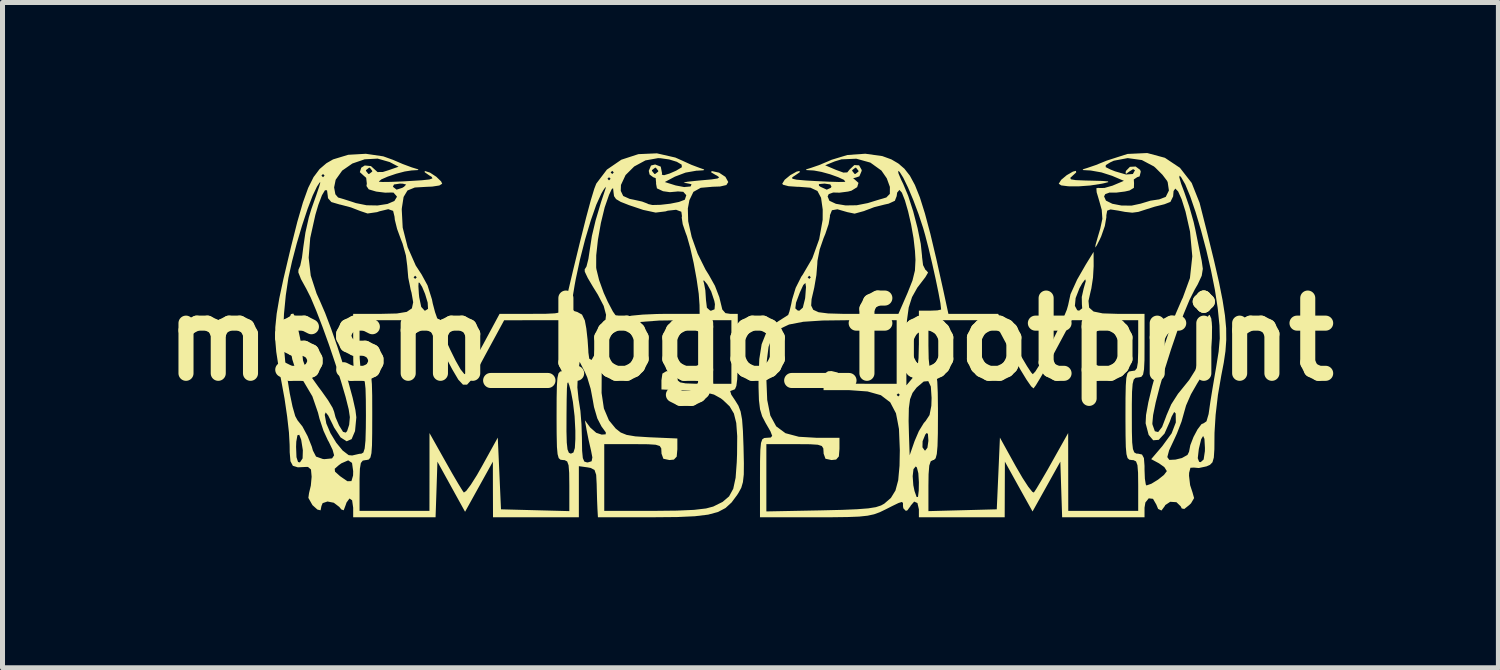
<source format=kicad_pcb>
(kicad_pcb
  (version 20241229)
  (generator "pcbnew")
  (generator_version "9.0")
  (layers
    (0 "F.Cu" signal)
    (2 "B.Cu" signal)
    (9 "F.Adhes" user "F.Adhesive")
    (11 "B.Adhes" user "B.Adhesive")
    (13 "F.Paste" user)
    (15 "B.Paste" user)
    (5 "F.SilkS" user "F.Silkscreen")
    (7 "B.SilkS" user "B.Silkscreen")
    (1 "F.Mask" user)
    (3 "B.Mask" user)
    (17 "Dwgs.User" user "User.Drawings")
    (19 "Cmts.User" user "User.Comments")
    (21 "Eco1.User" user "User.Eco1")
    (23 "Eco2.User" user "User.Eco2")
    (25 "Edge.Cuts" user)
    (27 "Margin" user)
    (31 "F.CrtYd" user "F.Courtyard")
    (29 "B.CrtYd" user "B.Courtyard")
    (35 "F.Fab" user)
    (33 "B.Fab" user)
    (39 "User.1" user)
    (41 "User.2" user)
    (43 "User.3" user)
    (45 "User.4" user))
  (footprint "mssm_logo_footprint"
    (layer "F.Cu")
    (at 11.907 3.712)
    (property "Reference" "mssm_logo_footprint" (at 0 0 0) (layer "F.SilkS") (effects (font (size 1.5 1.5) (thickness 0.3))))
    (attr board_only exclude_from_pos_files exclude_from_bom)
    (fp_poly (pts (xy 6.492 -3.326) (xy 6.425 -3.264) (xy 6.374 -3.217) (xy 6.387 -3.188) (xy 6.483 -3.172) (xy 6.68 -3.164) (xy 6.778 -3.162) (xy 7.008 -3.156) (xy 7.123 -3.147) (xy 7.134 -3.133) (xy 7.05 -3.111) (xy 6.999 -3.1) (xy 6.772 -3.065) (xy 6.54 -3.048) (xy 6.336 -3.049) (xy 6.193 -3.067) (xy 6.144 -3.1) (xy 6.193 -3.178) (xy 6.304 -3.271) (xy 6.427 -3.342) (xy 6.487 -3.357)) (stroke (width 0) (type solid)) (fill yes) (layer "F.SilkS"))
    (fp_poly (pts (xy 8.26 -3.617) (xy 8.56 -3.417) (xy 8.794 -3.116) (xy 8.951 -2.721) (xy 8.953 -2.714) (xy 9.112 -2.087) (xy 9.24 -1.566) (xy 9.339 -1.134) (xy 9.41 -0.777) (xy 9.457 -0.477) (xy 9.481 -0.219) (xy 9.483 0.014) (xy 9.467 0.237) (xy 9.433 0.468) (xy 9.384 0.721) (xy 9.381 0.738) (xy 9.317 1.11) (xy 9.271 1.506) (xy 9.249 1.861) (xy 9.248 1.928) (xy 9.246 2.192) (xy 9.235 2.358) (xy 9.208 2.452) (xy 9.158 2.503) (xy 9.09 2.533) (xy 8.936 2.566) (xy 8.837 2.557) (xy 8.769 2.561) (xy 8.743 2.661) (xy 8.741 2.721) (xy 8.763 2.908) (xy 8.81 3.051) (xy 8.842 3.165) (xy 8.781 3.269) (xy 8.746 3.303) (xy 8.647 3.382) (xy 8.596 3.372) (xy 8.575 3.329) (xy 8.49 3.247) (xy 8.366 3.239) (xy 8.268 3.304) (xy 8.257 3.325) (xy 8.192 3.413) (xy 8.125 3.381) (xy 8.089 3.294) (xy 8.023 3.18) (xy 7.938 3.17) (xy 7.871 3.253) (xy 7.854 3.357) (xy 7.854 3.547) (xy 7.033 3.547) (xy 6.212 3.547) (xy 6.194 2.993) (xy 6.176 2.439) (xy 5.899 2.936) (xy 5.622 3.432) (xy 5.346 2.936) (xy 5.071 2.439) (xy 5.069 2.993) (xy 5.067 3.547) (xy 4.212 3.547) (xy 3.357 3.547) (xy 3.357 3.389) (xy 3.328 3.264) (xy 3.263 3.235) (xy 3.194 3.315) (xy 3.19 3.325) (xy 3.128 3.409) (xy 3.097 3.42) (xy 3.047 3.369) (xy 3.04 3.325) (xy 3.04 3.265) (xy 3.02 3.242) (xy 2.953 3.262) (xy 2.815 3.329) (xy 2.697 3.389) (xy 2.577 3.447) (xy 2.464 3.488) (xy 2.335 3.516) (xy 2.166 3.534) (xy 1.935 3.543) (xy 1.619 3.547) (xy 1.288 3.547) (xy 0.19 3.547) (xy 0.19 2.755) (xy 0.191 2.427) (xy 0.197 2.204) (xy 0.21 2.067) (xy 0.235 1.995) (xy 0.274 1.968) (xy 0.317 1.964) (xy 0.405 1.958) (xy 0.433 1.925) (xy 0.399 1.836) (xy 0.301 1.666) (xy 0.233 1.535) (xy 0.191 1.395) (xy 0.169 1.213) (xy 0.161 0.956) (xy 0.161 0.792) (xy 0.317 0.792) (xy 0.334 1.21) (xy 0.396 1.52) (xy 0.513 1.735) (xy 0.698 1.872) (xy 0.965 1.943) (xy 1.325 1.964) (xy 1.327 1.964) (xy 1.774 1.964) (xy 1.774 2.185) (xy 1.762 2.335) (xy 1.708 2.397) (xy 1.615 2.407) (xy 1.495 2.381) (xy 1.458 2.278) (xy 1.457 2.249) (xy 1.452 2.174) (xy 1.422 2.127) (xy 1.343 2.102) (xy 1.189 2.092) (xy 0.937 2.09) (xy 0.887 2.09) (xy 0.317 2.09) (xy 0.317 2.761) (xy 0.317 3.431) (xy 1.409 3.41) (xy 1.822 3.4) (xy 2.128 3.387) (xy 2.347 3.37) (xy 2.499 3.346) (xy 2.603 3.312) (xy 2.666 3.277) (xy 2.799 3.162) (xy 2.89 3.014) (xy 2.945 2.809) (xy 2.952 2.728) (xy 3.233 2.728) (xy 3.246 2.91) (xy 3.27 3.025) (xy 3.312 3.144) (xy 3.339 3.142) (xy 3.354 3.016) (xy 3.357 2.85) (xy 3.346 2.67) (xy 3.317 2.555) (xy 3.294 2.534) (xy 3.249 2.589) (xy 3.233 2.728) (xy 2.952 2.728) (xy 2.971 2.521) (xy 2.977 2.211) (xy 2.96 1.789) (xy 2.93 1.628) (xy 3.152 1.628) (xy 3.159 1.9) (xy 3.173 2.312) (xy 3.228 2.153) (xy 3.428 2.153) (xy 3.473 2.216) (xy 3.484 2.217) (xy 3.527 2.162) (xy 3.546 2.027) (xy 3.546 2.011) (xy 3.537 1.883) (xy 3.508 1.87) (xy 3.484 1.9) (xy 3.431 2.031) (xy 3.428 2.153) (xy 3.228 2.153) (xy 3.272 2.027) (xy 3.357 1.829) (xy 3.455 1.669) (xy 3.491 1.629) (xy 3.569 1.51) (xy 3.605 1.327) (xy 3.61 1.169) (xy 3.595 0.942) (xy 3.544 0.834) (xy 3.453 0.842) (xy 3.314 0.96) (xy 3.307 0.968) (xy 3.23 1.069) (xy 3.181 1.195) (xy 3.157 1.373) (xy 3.152 1.628) (xy 2.93 1.628) (xy 2.9 1.475) (xy 2.785 1.256) (xy 2.6 1.115) (xy 2.576 1.108) (xy 2.914 1.108) (xy 2.945 1.14) (xy 2.977 1.108) (xy 2.945 1.077) (xy 2.914 1.108) (xy 2.576 1.108) (xy 2.334 1.04) (xy 1.972 1.014) (xy 1.902 1.013) (xy 1.457 1.013) (xy 1.457 0.823) (xy 1.474 0.688) (xy 1.546 0.638) (xy 1.615 0.633) (xy 1.739 0.663) (xy 1.774 0.76) (xy 1.783 0.82) (xy 1.828 0.858) (xy 1.932 0.878) (xy 2.119 0.886) (xy 2.344 0.887) (xy 2.914 0.887) (xy 2.914 0.253) (xy 2.914 -0.38) (xy 1.93 -0.38) (xy 1.436 -0.374) (xy 1.053 -0.349) (xy 0.769 -0.294) (xy 0.568 -0.2) (xy 0.437 -0.055) (xy 0.361 0.15) (xy 0.326 0.426) (xy 0.317 0.783) (xy 0.317 0.792) (xy 0.161 0.792) (xy 0.176 0.395) (xy 0.223 0.099) (xy 0.309 -0.117) (xy 0.442 -0.277) (xy 0.556 -0.36) (xy 0.682 -0.44) (xy 0.751 -0.484) (xy 0.752 -0.485) (xy 0.776 -0.551) (xy 0.792 -0.616) (xy 0.894 -0.616) (xy 0.942 -0.573) (xy 0.975 -0.57) (xy 1.044 -0.631) (xy 1.054 -0.672) (xy 1.21 -0.672) (xy 1.251 -0.588) (xy 1.358 -0.539) (xy 1.548 -0.515) (xy 1.836 -0.507) (xy 2.106 -0.507) (xy 2.949 -0.507) (xy 3.13 -0.922) (xy 3.229 -1.171) (xy 3.278 -1.37) (xy 3.289 -1.582) (xy 3.279 -1.761) (xy 3.25 -2.016) (xy 3.202 -2.288) (xy 3.142 -2.549) (xy 3.078 -2.77) (xy 3.018 -2.922) (xy 2.969 -2.977) (xy 2.924 -2.924) (xy 2.914 -2.853) (xy 2.878 -2.76) (xy 2.754 -2.703) (xy 2.676 -2.686) (xy 2.466 -2.633) (xy 2.278 -2.562) (xy 2.268 -2.557) (xy 2.076 -2.504) (xy 1.931 -2.534) (xy 1.734 -2.591) (xy 1.624 -2.572) (xy 1.584 -2.472) (xy 1.584 -2.446) (xy 1.558 -2.296) (xy 1.492 -2.099) (xy 1.458 -2.018) (xy 1.38 -1.792) (xy 1.335 -1.563) (xy 1.332 -1.501) (xy 1.314 -1.279) (xy 1.272 -1.033) (xy 1.26 -0.979) (xy 1.218 -0.799) (xy 1.21 -0.672) (xy 1.054 -0.672) (xy 1.088 -0.808) (xy 1.092 -0.839) (xy 1.107 -1.042) (xy 1.095 -1.122) (xy 1.053 -1.082) (xy 0.983 -0.93) (xy 0.908 -0.729) (xy 0.894 -0.616) (xy 0.792 -0.616) (xy 0.812 -0.7) (xy 0.83 -0.791) (xy 0.901 -1.024) (xy 1.007 -1.235) (xy 1.14 -1.235) (xy 1.172 -1.203) (xy 1.203 -1.235) (xy 1.172 -1.267) (xy 1.14 -1.235) (xy 1.007 -1.235) (xy 1.011 -1.244) (xy 1.044 -1.291) (xy 1.233 -1.614) (xy 1.37 -1.995) (xy 1.439 -2.38) (xy 1.44 -2.587) (xy 1.407 -2.82) (xy 1.335 -2.956) (xy 1.196 -3.021) (xy 0.963 -3.039) (xy 0.934 -3.039) (xy 0.759 -3.051) (xy 0.65 -3.08) (xy 0.639 -3.093) (xy 1.364 -3.093) (xy 1.365 -3.061) (xy 1.394 -3.04) (xy 1.521 -2.982) (xy 1.6 -3.018) (xy 1.615 -3.04) (xy 1.592 -3.086) (xy 1.476 -3.103) (xy 1.364 -3.093) (xy 0.639 -3.093) (xy 0.633 -3.1) (xy 0.682 -3.179) (xy 0.795 -3.272) (xy 0.919 -3.341) (xy 0.98 -3.355) (xy 0.981 -3.328) (xy 0.893 -3.268) (xy 0.832 -3.228) (xy 0.835 -3.2) (xy 0.918 -3.181) (xy 1.099 -3.165) (xy 1.305 -3.153) (xy 1.557 -3.141) (xy 1.757 -3.135) (xy 1.874 -3.137) (xy 1.891 -3.14) (xy 1.864 -3.177) (xy 1.75 -3.23) (xy 1.589 -3.288) (xy 1.415 -3.336) (xy 1.268 -3.363) (xy 1.243 -3.365) (xy 1.116 -3.372) (xy 1.108 -3.386) (xy 1.203 -3.415) (xy 1.357 -3.468) (xy 1.489 -3.468) (xy 1.705 -3.376) (xy 1.853 -3.322) (xy 1.93 -3.326) (xy 1.955 -3.357) (xy 2.027 -3.357) (xy 2.075 -3.296) (xy 2.09 -3.294) (xy 2.152 -3.342) (xy 2.154 -3.357) (xy 2.105 -3.419) (xy 2.09 -3.42) (xy 2.029 -3.372) (xy 2.027 -3.357) (xy 1.955 -3.357) (xy 1.977 -3.384) (xy 2.07 -3.472) (xy 2.165 -3.467) (xy 2.216 -3.376) (xy 2.217 -3.357) (xy 2.171 -3.248) (xy 2.106 -3.225) (xy 2.046 -3.209) (xy 2.074 -3.188) (xy 2.153 -3.117) (xy 2.127 -3.032) (xy 2.012 -2.961) (xy 1.945 -2.944) (xy 1.775 -2.922) (xy 1.651 -2.925) (xy 1.648 -2.925) (xy 1.56 -2.893) (xy 1.538 -2.847) (xy 1.573 -2.761) (xy 1.703 -2.7) (xy 1.895 -2.668) (xy 2.117 -2.671) (xy 2.337 -2.714) (xy 2.344 -2.716) (xy 2.531 -2.774) (xy 2.673 -2.816) (xy 2.708 -2.826) (xy 2.778 -2.898) (xy 2.779 -3.037) (xy 2.717 -3.208) (xy 2.614 -3.357) (xy 2.943 -3.357) (xy 2.95 -3.307) (xy 3.003 -3.18) (xy 3.043 -3.099) (xy 3.144 -2.858) (xy 3.244 -2.548) (xy 3.331 -2.214) (xy 3.394 -1.903) (xy 3.42 -1.658) (xy 3.42 -1.642) (xy 3.44 -1.478) (xy 3.488 -1.383) (xy 3.5 -1.376) (xy 3.54 -1.33) (xy 3.484 -1.235) (xy 3.479 -1.229) (xy 3.326 -1.029) (xy 3.22 -0.84) (xy 3.154 -0.633) (xy 3.119 -0.375) (xy 3.106 -0.036) (xy 3.106 0.146) (xy 3.108 0.918) (xy 3.233 0.769) (xy 3.293 0.676) (xy 3.331 0.554) (xy 3.35 0.374) (xy 3.356 0.127) (xy 3.547 0.127) (xy 3.552 0.387) (xy 3.568 0.543) (xy 3.6 0.617) (xy 3.642 0.633) (xy 3.68 0.651) (xy 3.707 0.717) (xy 3.724 0.848) (xy 3.733 1.063) (xy 3.737 1.38) (xy 3.737 1.52) (xy 3.735 1.878) (xy 3.728 2.127) (xy 3.714 2.286) (xy 3.691 2.372) (xy 3.657 2.405) (xy 3.642 2.407) (xy 3.593 2.431) (xy 3.564 2.517) (xy 3.55 2.689) (xy 3.547 2.916) (xy 3.547 3.425) (xy 4.228 3.407) (xy 4.909 3.389) (xy 4.941 2.674) (xy 4.972 1.96) (xy 5.287 2.53) (xy 5.422 2.762) (xy 5.537 2.939) (xy 5.618 3.04) (xy 5.648 3.055) (xy 5.696 2.983) (xy 5.79 2.826) (xy 5.916 2.61) (xy 6.012 2.439) (xy 6.332 1.869) (xy 6.333 2.645) (xy 6.334 3.42) (xy 7.031 3.42) (xy 7.728 3.42) (xy 7.728 2.914) (xy 7.725 2.661) (xy 7.713 2.51) (xy 7.685 2.434) (xy 7.634 2.409) (xy 7.601 2.407) (xy 7.551 2.4) (xy 7.516 2.368) (xy 7.494 2.289) (xy 7.481 2.146) (xy 7.476 1.918) (xy 7.474 1.586) (xy 7.474 1.52) (xy 7.475 1.169) (xy 7.48 0.926) (xy 7.491 0.77) (xy 7.512 0.682) (xy 7.544 0.643) (xy 7.592 0.634) (xy 7.601 0.633) (xy 7.664 0.623) (xy 7.702 0.574) (xy 7.721 0.462) (xy 7.727 0.26) (xy 7.728 0.127) (xy 7.728 -0.38) (xy 7.066 -0.38) (xy 6.404 -0.38) (xy 6.048 0.284) (xy 5.905 0.546) (xy 5.781 0.764) (xy 5.688 0.917) (xy 5.642 0.979) (xy 5.595 0.939) (xy 5.503 0.806) (xy 5.378 0.601) (xy 5.234 0.343) (xy 5.219 0.315) (xy 4.847 -0.38) (xy 4.197 -0.38) (xy 3.547 -0.38) (xy 3.547 0.127) (xy 3.356 0.127) (xy 3.357 0.104) (xy 3.357 0.025) (xy 3.357 -0.57) (xy 3.579 -0.57) (xy 3.725 -0.576) (xy 3.799 -0.592) (xy 3.8 -0.595) (xy 3.786 -0.719) (xy 3.746 -0.935) (xy 3.689 -1.21) (xy 3.621 -1.514) (xy 3.55 -1.814) (xy 3.481 -2.08) (xy 3.442 -2.217) (xy 3.35 -2.496) (xy 3.246 -2.773) (xy 3.141 -3.023) (xy 3.046 -3.219) (xy 2.973 -3.336) (xy 2.943 -3.357) (xy 2.614 -3.357) (xy 2.611 -3.362) (xy 2.39 -3.521) (xy 2.11 -3.599) (xy 1.814 -3.586) (xy 1.679 -3.545) (xy 1.489 -3.468) (xy 1.357 -3.468) (xy 1.363 -3.47) (xy 1.562 -3.553) (xy 1.615 -3.577) (xy 1.933 -3.673) (xy 2.289 -3.698) (xy 2.628 -3.651) (xy 2.809 -3.585) (xy 2.947 -3.504) (xy 3.068 -3.4) (xy 3.177 -3.261) (xy 3.278 -3.074) (xy 3.377 -2.827) (xy 3.477 -2.508) (xy 3.585 -2.104) (xy 3.704 -1.603) (xy 3.84 -0.992) (xy 3.873 -0.839) (xy 3.945 -0.507) (xy 4.44 -0.507) (xy 4.936 -0.507) (xy 5.261 0.095) (xy 5.396 0.34) (xy 5.512 0.536) (xy 5.595 0.662) (xy 5.627 0.696) (xy 5.678 0.642) (xy 5.767 0.5) (xy 5.881 0.296) (xy 6.005 0.059) (xy 6.127 -0.186) (xy 6.231 -0.41) (xy 6.305 -0.588) (xy 6.327 -0.665) (xy 6.466 -0.665) (xy 6.513 -0.579) (xy 6.55 -0.57) (xy 6.612 -0.617) (xy 6.606 -0.695) (xy 6.603 -0.843) (xy 6.641 -1.012) (xy 6.683 -1.159) (xy 6.672 -1.195) (xy 6.613 -1.117) (xy 6.557 -1.017) (xy 6.481 -0.821) (xy 6.466 -0.665) (xy 6.327 -0.665) (xy 6.334 -0.691) (xy 6.334 -0.693) (xy 6.379 -0.899) (xy 6.511 -1.19) (xy 6.683 -1.489) (xy 6.839 -1.742) (xy 6.84 -1.456) (xy 6.827 -1.227) (xy 6.794 -1.012) (xy 6.783 -0.968) (xy 6.737 -0.765) (xy 6.75 -0.631) (xy 6.839 -0.553) (xy 7.021 -0.516) (xy 7.311 -0.507) (xy 7.323 -0.507) (xy 7.854 -0.507) (xy 7.854 0.127) (xy 7.853 0.415) (xy 7.844 0.6) (xy 7.825 0.703) (xy 7.79 0.749) (xy 7.734 0.76) (xy 7.728 0.76) (xy 7.674 0.768) (xy 7.638 0.804) (xy 7.617 0.89) (xy 7.605 1.047) (xy 7.601 1.296) (xy 7.601 1.52) (xy 7.602 1.841) (xy 7.608 2.056) (xy 7.623 2.187) (xy 7.649 2.254) (xy 7.69 2.278) (xy 7.728 2.28) (xy 7.804 2.297) (xy 7.842 2.368) (xy 7.854 2.524) (xy 7.854 2.597) (xy 7.861 2.778) (xy 7.879 2.892) (xy 7.892 2.914) (xy 7.991 2.879) (xy 8.123 2.798) (xy 8.241 2.704) (xy 8.297 2.63) (xy 8.298 2.626) (xy 8.248 2.547) (xy 8.142 2.472) (xy 7.987 2.389) (xy 8.208 2.13) (xy 8.394 1.875) (xy 8.478 1.657) (xy 8.475 1.478) (xy 8.445 1.449) (xy 8.393 1.544) (xy 8.358 1.641) (xy 8.252 1.88) (xy 8.137 2.004) (xy 8.027 2.013) (xy 7.936 1.905) (xy 7.877 1.679) (xy 7.876 1.676) (xy 8.01 1.676) (xy 8.012 1.698) (xy 8.06 1.833) (xy 8.126 1.849) (xy 8.204 1.748) (xy 8.285 1.536) (xy 8.29 1.52) (xy 8.386 1.297) (xy 8.522 1.085) (xy 8.543 1.06) (xy 8.744 0.811) (xy 8.865 0.618) (xy 8.922 0.455) (xy 8.931 0.352) (xy 8.945 0.161) (xy 8.982 -0.052) (xy 9.033 -0.254) (xy 9.088 -0.409) (xy 9.138 -0.483) (xy 9.152 -0.485) (xy 9.185 -0.412) (xy 9.2 -0.247) (xy 9.196 -0.021) (xy 9.172 0.231) (xy 9.152 0.361) (xy 9.096 0.527) (xy 8.991 0.738) (xy 8.905 0.878) (xy 8.779 1.097) (xy 8.682 1.319) (xy 8.649 1.435) (xy 8.592 1.639) (xy 8.5 1.878) (xy 8.451 1.985) (xy 8.344 2.213) (xy 8.308 2.348) (xy 8.348 2.404) (xy 8.47 2.398) (xy 8.586 2.37) (xy 8.915 2.37) (xy 8.942 2.442) (xy 8.973 2.449) (xy 9.032 2.396) (xy 9.057 2.23) (xy 9.058 2.164) (xy 9.048 1.984) (xy 9.022 1.927) (xy 8.983 1.992) (xy 8.938 2.178) (xy 8.934 2.204) (xy 8.915 2.37) (xy 8.586 2.37) (xy 8.599 2.367) (xy 8.71 2.305) (xy 8.741 2.242) (xy 8.767 2.109) (xy 8.83 1.947) (xy 8.911 1.795) (xy 8.989 1.692) (xy 9.034 1.673) (xy 9.089 1.635) (xy 9.131 1.491) (xy 9.139 1.436) (xy 9.165 1.254) (xy 9.207 0.993) (xy 9.257 0.697) (xy 9.279 0.571) (xy 9.331 0.246) (xy 9.354 -0.016) (xy 9.348 -0.275) (xy 9.316 -0.59) (xy 9.311 -0.632) (xy 9.256 -0.988) (xy 9.178 -1.378) (xy 9.084 -1.781) (xy 8.979 -2.175) (xy 8.871 -2.538) (xy 8.764 -2.85) (xy 8.665 -3.089) (xy 8.581 -3.234) (xy 8.552 -3.262) (xy 8.548 -3.225) (xy 8.584 -3.099) (xy 8.648 -2.928) (xy 8.745 -2.648) (xy 8.833 -2.337) (xy 8.867 -2.185) (xy 8.918 -1.931) (xy 8.968 -1.685) (xy 8.994 -1.562) (xy 9.016 -1.405) (xy 8.994 -1.266) (xy 8.915 -1.096) (xy 8.855 -0.992) (xy 8.752 -0.788) (xy 8.634 -0.504) (xy 8.508 -0.166) (xy 8.382 0.203) (xy 8.263 0.58) (xy 8.159 0.939) (xy 8.077 1.257) (xy 8.025 1.511) (xy 8.01 1.676) (xy 7.876 1.676) (xy 7.876 1.67) (xy 7.884 1.509) (xy 7.93 1.256) (xy 8.007 0.935) (xy 8.108 0.573) (xy 8.225 0.194) (xy 8.35 -0.175) (xy 8.476 -0.509) (xy 8.595 -0.784) (xy 8.617 -0.829) (xy 8.759 -1.219) (xy 8.806 -1.653) (xy 8.761 -2.146) (xy 8.671 -2.545) (xy 8.594 -2.79) (xy 8.524 -2.946) (xy 8.468 -3.004) (xy 8.433 -2.955) (xy 8.424 -2.848) (xy 8.37 -2.738) (xy 8.25 -2.691) (xy 8.057 -2.643) (xy 7.886 -2.589) (xy 7.731 -2.539) (xy 7.61 -2.523) (xy 7.464 -2.539) (xy 7.332 -2.564) (xy 7.177 -2.588) (xy 7.11 -2.564) (xy 7.093 -2.472) (xy 7.093 -2.43) (xy 7.063 -2.258) (xy 6.991 -2.052) (xy 6.965 -1.995) (xy 6.9 -1.868) (xy 6.871 -1.828) (xy 6.879 -1.885) (xy 6.925 -2.047) (xy 6.972 -2.206) (xy 7.014 -2.401) (xy 7.001 -2.58) (xy 6.952 -2.755) (xy 6.925 -2.847) (xy 7.048 -2.847) (xy 7.085 -2.764) (xy 7.212 -2.701) (xy 7.394 -2.666) (xy 7.596 -2.664) (xy 7.781 -2.704) (xy 7.783 -2.705) (xy 7.971 -2.762) (xy 8.136 -2.787) (xy 8.143 -2.787) (xy 8.277 -2.838) (xy 8.34 -2.965) (xy 8.316 -3.129) (xy 8.303 -3.158) (xy 8.212 -3.278) (xy 8.071 -3.419) (xy 8.041 -3.445) (xy 7.801 -3.572) (xy 7.518 -3.611) (xy 7.242 -3.559) (xy 7.169 -3.525) (xy 7.082 -3.471) (xy 7.08 -3.431) (xy 7.177 -3.383) (xy 7.265 -3.348) (xy 7.485 -3.284) (xy 7.622 -3.294) (xy 7.664 -3.37) (xy 7.626 -3.39) (xy 7.559 -3.349) (xy 7.483 -3.295) (xy 7.477 -3.331) (xy 7.485 -3.357) (xy 7.563 -3.437) (xy 7.677 -3.443) (xy 7.766 -3.377) (xy 7.779 -3.341) (xy 7.756 -3.247) (xy 7.707 -3.23) (xy 7.64 -3.185) (xy 7.645 -3.108) (xy 7.642 -3.018) (xy 7.556 -2.966) (xy 7.463 -2.945) (xy 7.29 -2.923) (xy 7.164 -2.924) (xy 7.159 -2.925) (xy 7.071 -2.893) (xy 7.048 -2.847) (xy 6.925 -2.847) (xy 6.9 -2.93) (xy 6.894 -3.01) (xy 6.934 -3.018) (xy 6.942 -3.015) (xy 7.055 -3.016) (xy 7.216 -3.062) (xy 7.235 -3.07) (xy 7.443 -3.158) (xy 7.207 -3.258) (xy 6.995 -3.326) (xy 6.786 -3.363) (xy 6.764 -3.365) (xy 6.633 -3.372) (xy 6.621 -3.386) (xy 6.714 -3.415) (xy 6.881 -3.472) (xy 7.076 -3.551) (xy 7.094 -3.559) (xy 7.515 -3.694) (xy 7.908 -3.712)) (stroke (width 0) (type solid)) (fill yes) (layer "F.SilkS"))
    (fp_poly (pts (xy -1.497 -3.622) (xy -1.362 -3.562) (xy -1.176 -3.477) (xy -1.014 -3.416) (xy -0.921 -3.384) (xy -0.936 -3.368) (xy -1.066 -3.36) (xy -1.077 -3.36) (xy -1.293 -3.322) (xy -1.502 -3.243) (xy -1.503 -3.243) (xy -1.707 -3.134) (xy -1.49 -3.066) (xy -1.323 -3.034) (xy -1.2 -3.045) (xy -1.19 -3.05) (xy -1.175 -3.091) (xy -1.284 -3.113) (xy -1.299 -3.114) (xy -1.332 -3.124) (xy -1.256 -3.14) (xy -1.086 -3.158) (xy -1.013 -3.165) (xy -0.778 -3.186) (xy -0.654 -3.205) (xy -0.623 -3.229) (xy -0.67 -3.263) (xy -0.697 -3.276) (xy -0.784 -3.328) (xy -0.773 -3.353) (xy -0.772 -3.353) (xy -0.626 -3.321) (xy -0.499 -3.237) (xy -0.443 -3.135) (xy -0.443 -3.133) (xy -0.48 -3.074) (xy -0.606 -3.045) (xy -0.752 -3.04) (xy -0.991 -3.019) (xy -1.137 -2.938) (xy -1.217 -2.772) (xy -1.248 -2.606) (xy -1.241 -2.353) (xy -1.171 -2.038) (xy -1.052 -1.704) (xy -0.896 -1.39) (xy -0.828 -1.281) (xy -0.708 -1.066) (xy -0.621 -0.84) (xy -0.601 -0.758) (xy -0.561 -0.593) (xy -0.498 -0.521) (xy -0.406 -0.507) (xy -0.253 -0.507) (xy -0.253 0.253) (xy -0.256 0.579) (xy -0.264 0.798) (xy -0.281 0.93) (xy -0.309 0.995) (xy -0.351 1.013) (xy -0.353 1.013) (xy -0.404 1.032) (xy -0.382 1.104) (xy -0.305 1.219) (xy -0.24 1.324) (xy -0.196 1.441) (xy -0.167 1.599) (xy -0.15 1.826) (xy -0.138 2.15) (xy -0.138 2.154) (xy -0.131 2.473) (xy -0.133 2.694) (xy -0.15 2.847) (xy -0.183 2.96) (xy -0.239 3.062) (xy -0.266 3.104) (xy -0.376 3.252) (xy -0.497 3.363) (xy -0.646 3.442) (xy -0.843 3.495) (xy -1.108 3.527) (xy -1.459 3.543) (xy -1.917 3.547) (xy -1.948 3.547) (xy -3.04 3.547) (xy -3.05 3.373) (xy -3.057 3.202) (xy -3.063 2.978) (xy -3.065 2.888) (xy -3.075 2.701) (xy -3.108 2.605) (xy -3.182 2.565) (xy -3.246 2.553) (xy -3.42 2.529) (xy -3.42 3.038) (xy -3.42 3.547) (xy -4.276 3.547) (xy -5.131 3.547) (xy -5.133 2.993) (xy -5.134 2.439) (xy -5.411 2.938) (xy -5.688 3.438) (xy -5.964 2.938) (xy -6.239 2.439) (xy -6.257 2.993) (xy -6.276 3.547) (xy -7.097 3.547) (xy -7.918 3.547) (xy -7.918 3.357) (xy -7.939 3.21) (xy -7.991 3.173) (xy -8.05 3.253) (xy -8.07 3.31) (xy -8.107 3.408) (xy -8.154 3.392) (xy -8.195 3.341) (xy -8.304 3.258) (xy -8.43 3.233) (xy -8.527 3.266) (xy -8.551 3.325) (xy -8.568 3.409) (xy -8.631 3.394) (xy -8.73 3.305) (xy -8.811 3.161) (xy -8.798 3.067) (xy -8.762 2.916) (xy -8.746 2.74) (xy -8.759 2.595) (xy -8.776 2.581) (xy -8.286 2.581) (xy -8.28 2.638) (xy -8.181 2.727) (xy -8.18 2.728) (xy -8.034 2.829) (xy -7.953 2.827) (xy -7.92 2.715) (xy -7.918 2.629) (xy -7.941 2.464) (xy -8.017 2.413) (xy -8.153 2.472) (xy -8.203 2.508) (xy -8.286 2.581) (xy -8.776 2.581) (xy -8.818 2.545) (xy -8.852 2.544) (xy -9.021 2.552) (xy -9.12 2.522) (xy -9.168 2.431) (xy -9.183 2.253) (xy -9.184 2.143) (xy -9.056 2.143) (xy -9.048 2.35) (xy -9.017 2.446) (xy -8.979 2.454) (xy -8.926 2.374) (xy -8.921 2.212) (xy -8.954 2.004) (xy -8.993 1.903) (xy -9.029 1.913) (xy -9.052 2.04) (xy -9.056 2.143) (xy -9.184 2.143) (xy -9.185 2.095) (xy -9.198 1.858) (xy -9.234 1.539) (xy -9.286 1.182) (xy -9.348 0.844) (xy -9.409 0.523) (xy -9.451 0.251) (xy -9.472 0.004) (xy -9.471 -0.171) (xy -9.311 -0.171) (xy -9.301 0.116) (xy -9.273 0.437) (xy -9.232 0.767) (xy -9.182 1.078) (xy -9.127 1.341) (xy -9.073 1.531) (xy -9.027 1.615) (xy -8.929 1.738) (xy -8.826 1.931) (xy -8.742 2.141) (xy -8.721 2.217) (xy -8.658 2.338) (xy -8.522 2.386) (xy -8.49 2.389) (xy -8.339 2.374) (xy -8.298 2.313) (xy -8.328 2.203) (xy -8.403 2.046) (xy -8.422 2.014) (xy -8.509 1.825) (xy -8.589 1.584) (xy -8.619 1.463) (xy -8.731 1.138) (xy -8.904 0.845) (xy -9.008 0.699) (xy -9.08 0.563) (xy -9.131 0.402) (xy -9.173 0.18) (xy -9.211 -0.095) (xy -9.216 -0.259) (xy -9.195 -0.406) (xy -9.158 -0.502) (xy -9.112 -0.512) (xy -9.106 -0.505) (xy -9.069 -0.411) (xy -9.023 -0.238) (xy -8.978 -0.032) (xy -8.944 0.161) (xy -8.931 0.29) (xy -8.918 0.421) (xy -8.87 0.555) (xy -8.772 0.723) (xy -8.61 0.95) (xy -8.546 1.035) (xy -8.418 1.216) (xy -8.328 1.366) (xy -8.298 1.444) (xy -8.27 1.554) (xy -8.203 1.709) (xy -8.196 1.723) (xy -8.12 1.845) (xy -8.065 1.86) (xy -8.039 1.83) (xy -7.998 1.705) (xy -7.984 1.552) (xy -8.007 1.397) (xy -8.069 1.15) (xy -8.161 0.837) (xy -8.274 0.483) (xy -8.399 0.113) (xy -8.529 -0.247) (xy -8.655 -0.572) (xy -8.766 -0.836) (xy -8.856 -1.014) (xy -8.861 -1.022) (xy -8.959 -1.2) (xy -9.011 -1.333) (xy -9.008 -1.388) (xy -8.973 -1.466) (xy -8.939 -1.626) (xy -8.805 -1.626) (xy -8.764 -1.269) (xy -8.648 -0.913) (xy -8.582 -0.767) (xy -8.477 -0.524) (xy -8.359 -0.213) (xy -8.236 0.138) (xy -8.118 0.503) (xy -8.013 0.855) (xy -7.928 1.167) (xy -7.873 1.412) (xy -7.855 1.556) (xy -7.881 1.83) (xy -7.949 1.99) (xy -8.048 2.033) (xy -8.169 1.956) (xy -8.299 1.757) (xy -8.329 1.694) (xy -8.416 1.519) (xy -8.466 1.457) (xy -8.484 1.503) (xy -8.484 1.509) (xy -8.454 1.676) (xy -8.371 1.871) (xy -8.255 2.062) (xy -8.127 2.218) (xy -8.008 2.309) (xy -7.938 2.316) (xy -7.795 2.283) (xy -7.754 2.28) (xy -7.715 2.257) (xy -7.689 2.177) (xy -7.673 2.019) (xy -7.666 1.767) (xy -7.664 1.52) (xy -7.666 1.199) (xy -7.672 0.984) (xy -7.686 0.854) (xy -7.712 0.787) (xy -7.754 0.763) (xy -7.791 0.76) (xy -7.849 0.751) (xy -7.886 0.71) (xy -7.906 0.613) (xy -7.916 0.438) (xy -7.918 0.161) (xy -7.918 0.127) (xy -7.791 0.127) (xy -7.788 0.379) (xy -7.776 0.53) (xy -7.748 0.606) (xy -7.698 0.632) (xy -7.664 0.633) (xy -7.614 0.64) (xy -7.579 0.673) (xy -7.557 0.751) (xy -7.545 0.894) (xy -7.539 1.122) (xy -7.538 1.454) (xy -7.538 1.52) (xy -7.539 1.871) (xy -7.543 2.115) (xy -7.554 2.271) (xy -7.575 2.358) (xy -7.608 2.397) (xy -7.655 2.407) (xy -7.664 2.407) (xy -7.727 2.418) (xy -7.765 2.466) (xy -7.784 2.579) (xy -7.791 2.78) (xy -7.791 2.914) (xy -7.791 3.42) (xy -7.094 3.42) (xy -6.398 3.42) (xy -6.397 2.645) (xy -6.397 1.869) (xy -6.077 2.439) (xy -5.94 2.681) (xy -5.822 2.882) (xy -5.74 3.015) (xy -5.712 3.055) (xy -5.665 3.022) (xy -5.573 2.899) (xy -5.451 2.706) (xy -5.351 2.53) (xy -5.036 1.96) (xy -5.004 2.674) (xy -4.972 3.389) (xy -4.291 3.407) (xy -3.61 3.425) (xy -3.61 2.916) (xy -3.613 2.663) (xy -3.625 2.511) (xy -3.653 2.435) (xy -3.703 2.409) (xy -3.737 2.407) (xy -3.787 2.4) (xy -3.822 2.368) (xy -3.844 2.289) (xy -3.857 2.146) (xy -3.862 1.918) (xy -3.863 1.835) (xy -3.667 1.835) (xy -3.661 2.059) (xy -3.646 2.195) (xy -3.619 2.262) (xy -3.579 2.28) (xy -3.528 2.256) (xy -3.5 2.167) (xy -3.49 1.99) (xy -3.49 1.821) (xy -3.505 1.534) (xy -3.539 1.246) (xy -3.577 1.045) (xy -3.6 0.959) (xy -3.45 0.959) (xy -3.425 1.206) (xy -3.419 1.236) (xy -3.389 1.427) (xy -3.368 1.69) (xy -3.359 1.967) (xy -3.359 1.975) (xy -3.355 2.222) (xy -3.341 2.368) (xy -3.311 2.437) (xy -3.258 2.454) (xy -3.24 2.454) (xy -3.166 2.431) (xy -3.151 2.355) (xy -3.177 2.22) (xy -3.226 2.006) (xy -3.266 1.806) (xy -3.266 1.805) (xy -3.3 1.615) (xy -3.194 1.758) (xy -3.074 1.864) (xy -2.965 1.9) (xy -2.885 1.894) (xy -2.883 1.855) (xy -2.959 1.751) (xy -2.968 1.739) (xy -3.052 1.577) (xy -3.118 1.351) (xy -3.139 1.231) (xy -3.169 1.07) (xy -2.967 1.07) (xy -2.921 1.379) (xy -2.821 1.615) (xy -2.685 1.78) (xy -2.586 1.858) (xy -2.467 1.906) (xy -2.294 1.935) (xy -2.032 1.952) (xy -1.99 1.954) (xy -1.457 1.977) (xy -1.457 2.192) (xy -1.47 2.339) (xy -1.526 2.398) (xy -1.615 2.407) (xy -1.736 2.381) (xy -1.773 2.278) (xy -1.774 2.249) (xy -1.778 2.174) (xy -1.808 2.127) (xy -1.888 2.102) (xy -2.041 2.092) (xy -2.293 2.09) (xy -2.344 2.09) (xy -2.914 2.09) (xy -2.914 2.755) (xy -2.914 3.42) (xy -1.93 3.42) (xy -1.471 3.415) (xy -1.127 3.4) (xy -0.886 3.372) (xy -0.742 3.334) (xy -0.555 3.241) (xy -0.426 3.131) (xy -0.343 2.979) (xy -0.296 2.761) (xy -0.273 2.451) (xy -0.267 2.29) (xy -0.264 1.929) (xy -0.283 1.668) (xy -0.33 1.48) (xy -0.415 1.337) (xy -0.544 1.214) (xy -0.59 1.178) (xy -0.727 1.102) (xy -0.909 1.055) (xy -1.173 1.028) (xy -1.271 1.023) (xy -1.774 1) (xy -1.774 0.817) (xy -1.755 0.684) (xy -1.677 0.637) (xy -1.615 0.633) (xy -1.491 0.663) (xy -1.457 0.76) (xy -1.447 0.822) (xy -1.4 0.859) (xy -1.292 0.879) (xy -1.098 0.886) (xy -0.918 0.887) (xy -0.38 0.887) (xy -0.38 0.253) (xy -0.38 -0.38) (xy -1.332 -0.38) (xy -1.823 -0.373) (xy -2.203 -0.345) (xy -2.485 -0.288) (xy -2.687 -0.19) (xy -2.821 -0.044) (xy -2.903 0.161) (xy -2.948 0.433) (xy -2.965 0.664) (xy -2.967 1.07) (xy -3.169 1.07) (xy -3.185 0.987) (xy -3.254 0.757) (xy -3.293 0.667) (xy -3.404 0.449) (xy -3.441 0.716) (xy -3.45 0.959) (xy -3.6 0.959) (xy -3.611 0.918) (xy -3.634 0.857) (xy -3.649 0.874) (xy -3.658 0.982) (xy -3.663 1.192) (xy -3.666 1.504) (xy -3.667 1.835) (xy -3.863 1.835) (xy -3.864 1.586) (xy -3.864 1.52) (xy -3.863 1.169) (xy -3.858 0.926) (xy -3.847 0.77) (xy -3.827 0.682) (xy -3.794 0.643) (xy -3.747 0.634) (xy -3.737 0.633) (xy -3.674 0.623) (xy -3.636 0.574) (xy -3.617 0.462) (xy -3.611 0.26) (xy -3.61 0.127) (xy -3.61 -0.38) (xy -4.26 -0.38) (xy -4.909 -0.379) (xy -5.289 0.321) (xy -5.444 0.61) (xy -5.558 0.805) (xy -5.648 0.904) (xy -5.73 0.904) (xy -5.823 0.804) (xy -5.943 0.6) (xy -6.107 0.291) (xy -6.153 0.206) (xy -6.466 -0.38) (xy -7.129 -0.38) (xy -7.791 -0.38) (xy -7.791 0.127) (xy -7.918 0.127) (xy -7.918 -0.507) (xy -7.352 -0.507) (xy -7.047 -0.514) (xy -6.851 -0.546) (xy -6.748 -0.616) (xy -6.722 -0.738) (xy -6.755 -0.927) (xy -6.774 -0.995) (xy -6.786 -1.06) (xy -6.618 -1.06) (xy -6.609 -0.909) (xy -6.602 -0.839) (xy -6.562 -0.646) (xy -6.494 -0.571) (xy -6.485 -0.57) (xy -6.426 -0.606) (xy -6.433 -0.729) (xy -6.437 -0.744) (xy -6.485 -0.904) (xy -6.544 -1.044) (xy -6.595 -1.126) (xy -6.614 -1.13) (xy -6.618 -1.06) (xy -6.786 -1.06) (xy -6.82 -1.225) (xy -6.821 -1.235) (xy -6.714 -1.235) (xy -6.683 -1.203) (xy -6.651 -1.235) (xy -6.683 -1.267) (xy -6.714 -1.235) (xy -6.821 -1.235) (xy -6.84 -1.456) (xy -6.841 -1.467) (xy -6.867 -1.669) (xy -6.933 -1.905) (xy -6.968 -1.995) (xy -7.043 -2.2) (xy -7.088 -2.382) (xy -7.094 -2.444) (xy -7.122 -2.559) (xy -7.218 -2.593) (xy -7.397 -2.55) (xy -7.442 -2.534) (xy -7.631 -2.507) (xy -7.779 -2.557) (xy -7.962 -2.628) (xy -8.173 -2.684) (xy -8.187 -2.686) (xy -8.353 -2.735) (xy -8.42 -2.812) (xy -8.424 -2.853) (xy -8.439 -2.969) (xy -8.48 -2.971) (xy -8.54 -2.871) (xy -8.613 -2.678) (xy -8.671 -2.482) (xy -8.774 -2.019) (xy -8.805 -1.626) (xy -8.939 -1.626) (xy -8.938 -1.633) (xy -8.912 -1.837) (xy -8.87 -2.126) (xy -8.802 -2.429) (xy -8.751 -2.597) (xy -8.654 -2.871) (xy -8.601 -3.027) (xy -8.298 -3.027) (xy -8.273 -2.89) (xy -8.219 -2.826) (xy -8.113 -2.795) (xy -7.941 -2.74) (xy -7.863 -2.714) (xy -7.651 -2.671) (xy -7.431 -2.667) (xy -7.235 -2.697) (xy -7.097 -2.756) (xy -7.047 -2.838) (xy -7.049 -2.849) (xy -7.114 -2.923) (xy -7.159 -2.925) (xy -7.28 -2.922) (xy -7.452 -2.943) (xy -7.463 -2.945) (xy -7.608 -2.988) (xy -7.643 -3.04) (xy -7.126 -3.04) (xy -7.053 -2.982) (xy -6.94 -3.018) (xy -6.904 -3.04) (xy -6.862 -3.084) (xy -6.929 -3.101) (xy -6.987 -3.103) (xy -7.105 -3.085) (xy -7.126 -3.04) (xy -7.643 -3.04) (xy -7.653 -3.055) (xy -7.646 -3.104) (xy -7.659 -3.218) (xy -7.703 -3.256) (xy -7.785 -3.331) (xy -7.777 -3.357) (xy -7.664 -3.357) (xy -7.616 -3.296) (xy -7.601 -3.294) (xy -7.539 -3.342) (xy -7.538 -3.357) (xy -7.586 -3.419) (xy -7.601 -3.42) (xy -7.662 -3.372) (xy -7.664 -3.357) (xy -7.777 -3.357) (xy -7.757 -3.42) (xy -7.687 -3.464) (xy -7.564 -3.452) (xy -7.506 -3.399) (xy -7.433 -3.333) (xy -7.328 -3.334) (xy -7.221 -3.367) (xy -7.013 -3.439) (xy -7.19 -3.532) (xy -7.431 -3.601) (xy -7.689 -3.587) (xy -7.934 -3.503) (xy -8.137 -3.362) (xy -8.267 -3.179) (xy -8.298 -3.027) (xy -8.601 -3.027) (xy -8.596 -3.042) (xy -8.573 -3.123) (xy -8.581 -3.13) (xy -8.617 -3.078) (xy -8.641 -3.04) (xy -8.725 -2.865) (xy -8.827 -2.598) (xy -8.936 -2.269) (xy -9.043 -1.909) (xy -9.137 -1.551) (xy -9.209 -1.225) (xy -9.211 -1.212) (xy -9.261 -0.878) (xy -9.297 -0.506) (xy -9.311 -0.176) (xy -9.311 -0.171) (xy -9.471 -0.171) (xy -9.47 -0.241) (xy -9.443 -0.508) (xy -9.39 -0.819) (xy -9.309 -1.199) (xy -9.198 -1.67) (xy -9.155 -1.85) (xy -9.031 -2.342) (xy -8.92 -2.725) (xy -8.815 -3.017) (xy -8.707 -3.234) (xy -8.685 -3.262) (xy -8.551 -3.262) (xy -8.519 -3.23) (xy -8.488 -3.262) (xy -8.519 -3.294) (xy -8.551 -3.262) (xy -8.685 -3.262) (xy -8.588 -3.392) (xy -8.451 -3.509) (xy -8.319 -3.585) (xy -8.017 -3.677) (xy -7.666 -3.697) (xy -7.318 -3.646) (xy -7.126 -3.577) (xy -6.928 -3.492) (xy -6.75 -3.426) (xy -6.714 -3.415) (xy -6.616 -3.385) (xy -6.63 -3.372) (xy -6.754 -3.365) (xy -6.891 -3.344) (xy -7.062 -3.299) (xy -7.23 -3.242) (xy -7.356 -3.187) (xy -7.405 -3.146) (xy -7.402 -3.14) (xy -7.333 -3.135) (xy -7.167 -3.137) (xy -6.935 -3.146) (xy -6.815 -3.153) (xy -6.552 -3.169) (xy -6.398 -3.185) (xy -6.338 -3.207) (xy -6.353 -3.237) (xy -6.404 -3.268) (xy -6.492 -3.329) (xy -6.491 -3.355) (xy -6.386 -3.321) (xy -6.261 -3.239) (xy -6.165 -3.146) (xy -6.144 -3.1) (xy -6.201 -3.065) (xy -6.345 -3.043) (xy -6.445 -3.039) (xy -6.689 -3.025) (xy -6.836 -2.965) (xy -6.913 -2.837) (xy -6.948 -2.614) (xy -6.95 -2.587) (xy -6.931 -2.225) (xy -6.832 -1.835) (xy -6.671 -1.47) (xy -6.554 -1.291) (xy -6.436 -1.074) (xy -6.348 -0.795) (xy -6.332 -0.714) (xy -6.286 -0.54) (xy -6.206 -0.312) (xy -6.102 -0.056) (xy -5.988 0.199) (xy -5.876 0.426) (xy -5.778 0.599) (xy -5.706 0.689) (xy -5.69 0.696) (xy -5.645 0.644) (xy -5.555 0.503) (xy -5.434 0.295) (xy -5.324 0.095) (xy -5 -0.507) (xy -4.37 -0.507) (xy -4.082 -0.508) (xy -3.897 -0.517) (xy -3.789 -0.537) (xy -3.735 -0.574) (xy -3.71 -0.634) (xy -3.706 -0.649) (xy -3.699 -0.68) (xy -3.562 -0.68) (xy -3.552 -0.6) (xy -3.512 -0.562) (xy -3.451 -0.544) (xy -3.357 -0.492) (xy -3.301 -0.376) (xy -3.271 -0.214) (xy -3.246 0.01) (xy -3.232 0.215) (xy -3.23 0.266) (xy -3.213 0.387) (xy -3.167 0.412) (xy -3.167 0.412) (xy -3.116 0.323) (xy -3.104 0.233) (xy -3.074 0.09) (xy -3.001 -0.095) (xy -2.972 -0.152) (xy -2.896 -0.328) (xy -2.878 -0.488) (xy -2.925 -0.665) (xy -3.042 -0.89) (xy -3.139 -1.046) (xy -3.243 -1.222) (xy -3.302 -1.347) (xy -3.304 -1.394) (xy -3.28 -1.431) (xy -3.075 -1.431) (xy -3.07 -1.396) (xy -3.017 -1.181) (xy -2.924 -0.924) (xy -2.844 -0.748) (xy -2.741 -0.552) (xy -2.668 -0.45) (xy -2.6 -0.419) (xy -2.513 -0.439) (xy -2.498 -0.445) (xy -2.367 -0.471) (xy -2.145 -0.492) (xy -1.868 -0.504) (xy -1.674 -0.507) (xy -1.013 -0.507) (xy -1.015 -0.681) (xy -1.031 -0.908) (xy -1.067 -1.156) (xy -0.938 -1.156) (xy -0.926 -1.119) (xy -0.899 -0.975) (xy -0.887 -0.79) (xy -0.887 -0.787) (xy -0.868 -0.629) (xy -0.804 -0.572) (xy -0.784 -0.57) (xy -0.716 -0.597) (xy -0.708 -0.699) (xy -0.72 -0.764) (xy -0.783 -0.954) (xy -0.862 -1.097) (xy -0.93 -1.178) (xy -0.938 -1.156) (xy -1.067 -1.156) (xy -1.074 -1.203) (xy -1.132 -1.521) (xy -1.2 -1.82) (xy -1.266 -2.054) (xy -1.291 -2.119) (xy -1.35 -2.293) (xy -1.37 -2.427) (xy -1.365 -2.454) (xy -1.378 -2.542) (xy -1.482 -2.581) (xy -1.648 -2.563) (xy -1.692 -2.549) (xy -1.889 -2.525) (xy -2.14 -2.579) (xy -2.154 -2.584) (xy -2.419 -2.673) (xy -2.587 -2.739) (xy -2.679 -2.794) (xy -2.719 -2.853) (xy -2.729 -2.928) (xy -2.732 -2.958) (xy -2.585 -2.958) (xy -2.536 -2.856) (xy -2.407 -2.798) (xy -2.327 -2.782) (xy -2.16 -2.745) (xy -2.052 -2.704) (xy -2.042 -2.696) (xy -1.955 -2.676) (xy -1.791 -2.68) (xy -1.599 -2.702) (xy -1.425 -2.737) (xy -1.315 -2.779) (xy -1.307 -2.785) (xy -1.279 -2.872) (xy -1.339 -2.939) (xy -1.45 -2.947) (xy -1.457 -2.945) (xy -1.606 -2.932) (xy -1.742 -2.951) (xy -1.864 -3.008) (xy -1.882 -3.103) (xy -1.88 -3.112) (xy -1.889 -3.212) (xy -1.938 -3.23) (xy -2.01 -3.283) (xy -2.027 -3.357) (xy -1.964 -3.357) (xy -1.915 -3.296) (xy -1.9 -3.294) (xy -1.839 -3.342) (xy -1.837 -3.357) (xy -1.885 -3.419) (xy -1.9 -3.42) (xy -1.962 -3.372) (xy -1.964 -3.357) (xy -2.027 -3.357) (xy -1.982 -3.463) (xy -1.9 -3.484) (xy -1.788 -3.441) (xy -1.762 -3.308) (xy -1.766 -3.28) (xy -1.722 -3.27) (xy -1.613 -3.303) (xy -1.482 -3.36) (xy -1.375 -3.424) (xy -1.367 -3.43) (xy -1.372 -3.481) (xy -1.467 -3.537) (xy -1.62 -3.584) (xy -1.795 -3.609) (xy -1.844 -3.61) (xy -2.093 -3.565) (xy -2.317 -3.444) (xy -2.489 -3.273) (xy -2.581 -3.076) (xy -2.585 -2.958) (xy -2.732 -2.958) (xy -2.738 -3.012) (xy -2.765 -2.992) (xy -2.818 -2.88) (xy -2.905 -2.63) (xy -2.981 -2.317) (xy -3.04 -1.983) (xy -3.074 -1.673) (xy -3.075 -1.431) (xy -3.28 -1.431) (xy -3.268 -1.451) (xy -3.23 -1.601) (xy -3.203 -1.781) (xy -3.16 -2.06) (xy -3.087 -2.367) (xy -2.977 -2.737) (xy -2.886 -3.009) (xy -2.886 -3.039) (xy -2.933 -2.971) (xy -2.972 -2.903) (xy -3.073 -2.681) (xy -3.183 -2.366) (xy -3.295 -1.991) (xy -3.398 -1.589) (xy -3.483 -1.194) (xy -3.504 -1.079) (xy -3.545 -0.831) (xy -3.562 -0.68) (xy -3.699 -0.68) (xy -3.538 -1.363) (xy -3.394 -1.954) (xy -3.276 -2.423) (xy -3.182 -2.772) (xy -3.112 -3.002) (xy -3.073 -3.102) (xy -3 -3.199) (xy -2.85 -3.199) (xy -2.819 -3.167) (xy -2.787 -3.199) (xy -2.819 -3.23) (xy -2.85 -3.199) (xy -3 -3.199) (xy -2.904 -3.325) (xy -2.787 -3.325) (xy -2.755 -3.294) (xy -2.724 -3.325) (xy -2.755 -3.357) (xy -2.787 -3.325) (xy -2.904 -3.325) (xy -2.862 -3.381) (xy -2.573 -3.579) (xy -2.233 -3.69) (xy -1.865 -3.706)) (stroke (width 0) (type solid)) (fill yes) (layer "F.SilkS")))
  (gr_rect
    (start -3 -3)
    (end 26.814 10.259)
    (stroke (width 0.1) (type default))
    (fill no)
    (layer "Edge.Cuts")))
</source>
